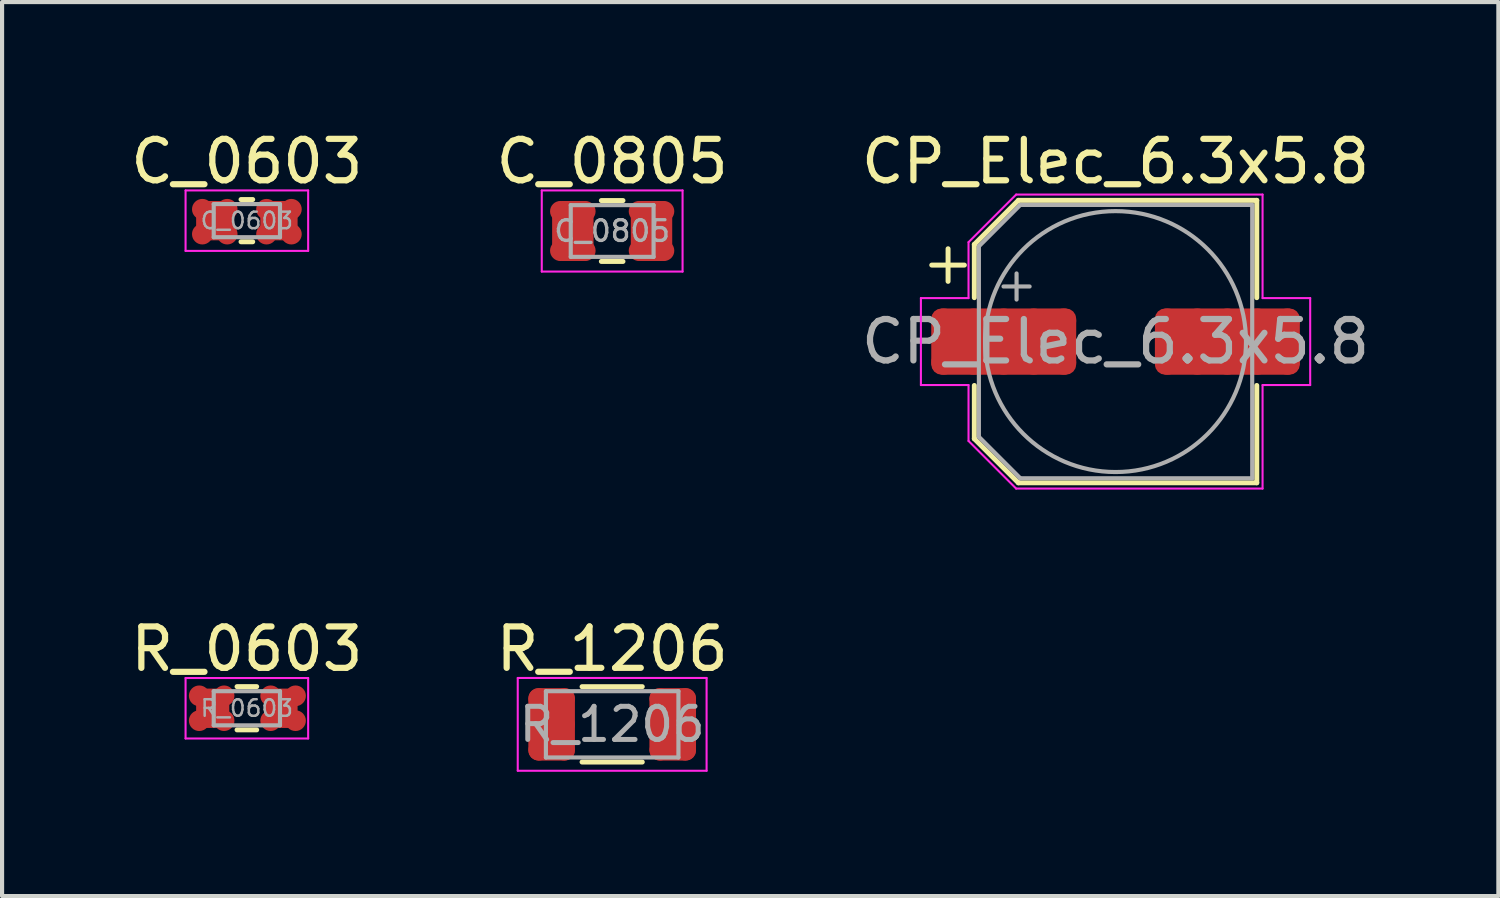
<source format=kicad_pcb>
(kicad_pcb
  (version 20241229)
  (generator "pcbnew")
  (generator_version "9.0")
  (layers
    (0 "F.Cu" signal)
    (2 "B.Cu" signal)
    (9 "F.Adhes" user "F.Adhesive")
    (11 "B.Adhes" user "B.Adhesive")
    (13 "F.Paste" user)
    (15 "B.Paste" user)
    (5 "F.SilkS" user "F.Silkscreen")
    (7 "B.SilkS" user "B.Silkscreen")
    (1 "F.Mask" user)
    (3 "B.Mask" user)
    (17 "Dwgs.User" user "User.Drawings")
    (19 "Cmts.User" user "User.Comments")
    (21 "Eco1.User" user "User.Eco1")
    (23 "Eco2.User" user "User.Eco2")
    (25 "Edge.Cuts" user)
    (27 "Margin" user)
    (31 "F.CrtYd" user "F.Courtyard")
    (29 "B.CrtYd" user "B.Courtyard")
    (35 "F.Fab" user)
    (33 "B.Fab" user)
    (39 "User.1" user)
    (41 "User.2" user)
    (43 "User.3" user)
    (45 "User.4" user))
  (footprint "R_0603"
    (layer "F.Cu")
    (at 2.911 14.052)
    (property "Reference" "R_0603" (at 0 -1.43 0) (layer "F.SilkS") (effects (font (size 1 1) (thickness 0.15))))
    (attr smd)
    (fp_line (start -0.237 -0.522) (end 0.237 -0.522) (stroke (width 0.12) (type solid)) (layer "F.SilkS"))
    (fp_line (start -0.237 0.522) (end 0.237 0.522) (stroke (width 0.12) (type solid)) (layer "F.SilkS"))
    (fp_line (start -1.48 -0.73) (end 1.48 -0.73) (stroke (width 0.05) (type solid)) (layer "F.CrtYd"))
    (fp_line (start -1.48 0.73) (end -1.48 -0.73) (stroke (width 0.05) (type solid)) (layer "F.CrtYd"))
    (fp_line (start 1.48 -0.73) (end 1.48 0.73) (stroke (width 0.05) (type solid)) (layer "F.CrtYd"))
    (fp_line (start 1.48 0.73) (end -1.48 0.73) (stroke (width 0.05) (type solid)) (layer "F.CrtYd"))
    (fp_line (start -0.8 -0.412) (end 0.8 -0.412) (stroke (width 0.1) (type solid)) (layer "F.Fab"))
    (fp_line (start -0.8 0.412) (end -0.8 -0.412) (stroke (width 0.1) (type solid)) (layer "F.Fab"))
    (fp_line (start 0.8 -0.412) (end 0.8 0.412) (stroke (width 0.1) (type solid)) (layer "F.Fab"))
    (fp_line (start 0.8 0.412) (end -0.8 0.412) (stroke (width 0.1) (type solid)) (layer "F.Fab"))
    (fp_text user "${REFERENCE}" (at 0 0 0) (layer "F.Fab") (effects (font (size 0.4 0.4) (thickness 0.06))))
    (pad "1" smd roundrect (at -0.825 0) (size 0.8 0.95) (layers "F.Cu" "F.Mask" "F.Paste") (roundrect_rratio 0.25))
    (pad "2" smd roundrect (at 0.825 0) (size 0.8 0.95) (layers "F.Cu" "F.Mask" "F.Paste") (roundrect_rratio 0.25))
    (pad "N" smd circle (at -1.15 -0.3) (size 0.5 0.5) (layers "F.Cu" "Eco2.User"))
    (pad "N" smd circle (at -1.15 0.3) (size 0.5 0.5) (layers "F.Cu" "Eco2.User"))
    (pad "N" smd circle (at -0.55 -0.3) (size 0.5 0.5) (layers "F.Cu" "Eco2.User"))
    (pad "N" smd circle (at -0.55 0.3) (size 0.5 0.5) (layers "F.Cu" "Eco2.User"))
    (pad "N" smd circle (at 0.575 -0.3) (size 0.5 0.5) (layers "F.Cu" "Eco2.User"))
    (pad "N" smd circle (at 0.575 0.3) (size 0.5 0.5) (layers "F.Cu" "Eco2.User"))
    (pad "N" smd circle (at 1.175 -0.3) (size 0.5 0.5) (layers "F.Cu" "Eco2.User"))
    (pad "N" smd circle (at 1.175 0.3) (size 0.5 0.5) (layers "F.Cu" "Eco2.User")))
  (footprint "CP_Elec_6.3x5.8"
    (layer "F.Cu")
    (at 23.887 5.198)
    (property "Reference" "CP_Elec_6.3x5.8" (at 0 -4.35 0) (layer "F.SilkS") (effects (font (size 1 1) (thickness 0.15))))
    (attr smd)
    (fp_line (start -4.438 -1.847) (end -3.65 -1.847) (stroke (width 0.12) (type solid)) (layer "F.SilkS"))
    (fp_line (start -4.044 -2.241) (end -4.044 -1.454) (stroke (width 0.12) (type solid)) (layer "F.SilkS"))
    (fp_line (start -3.41 -2.346) (end -3.41 -1.06) (stroke (width 0.12) (type solid)) (layer "F.SilkS"))
    (fp_line (start -3.41 -2.346) (end -2.346 -3.41) (stroke (width 0.12) (type solid)) (layer "F.SilkS"))
    (fp_line (start -3.41 2.346) (end -3.41 1.06) (stroke (width 0.12) (type solid)) (layer "F.SilkS"))
    (fp_line (start -3.41 2.346) (end -2.346 3.41) (stroke (width 0.12) (type solid)) (layer "F.SilkS"))
    (fp_line (start -2.346 -3.41) (end 3.41 -3.41) (stroke (width 0.12) (type solid)) (layer "F.SilkS"))
    (fp_line (start -2.346 3.41) (end 3.41 3.41) (stroke (width 0.12) (type solid)) (layer "F.SilkS"))
    (fp_line (start 3.41 -3.41) (end 3.41 -1.06) (stroke (width 0.12) (type solid)) (layer "F.SilkS"))
    (fp_line (start 3.41 3.41) (end 3.41 1.06) (stroke (width 0.12) (type solid)) (layer "F.SilkS"))
    (fp_line (start -4.7 -1.05) (end -4.7 1.05) (stroke (width 0.05) (type solid)) (layer "F.CrtYd"))
    (fp_line (start -4.7 1.05) (end -3.55 1.05) (stroke (width 0.05) (type solid)) (layer "F.CrtYd"))
    (fp_line (start -3.55 -2.4) (end -3.55 -1.05) (stroke (width 0.05) (type solid)) (layer "F.CrtYd"))
    (fp_line (start -3.55 -2.4) (end -2.4 -3.55) (stroke (width 0.05) (type solid)) (layer "F.CrtYd"))
    (fp_line (start -3.55 -1.05) (end -4.7 -1.05) (stroke (width 0.05) (type solid)) (layer "F.CrtYd"))
    (fp_line (start -3.55 1.05) (end -3.55 2.4) (stroke (width 0.05) (type solid)) (layer "F.CrtYd"))
    (fp_line (start -3.55 2.4) (end -2.4 3.55) (stroke (width 0.05) (type solid)) (layer "F.CrtYd"))
    (fp_line (start -2.4 -3.55) (end 3.55 -3.55) (stroke (width 0.05) (type solid)) (layer "F.CrtYd"))
    (fp_line (start -2.4 3.55) (end 3.55 3.55) (stroke (width 0.05) (type solid)) (layer "F.CrtYd"))
    (fp_line (start 3.55 -3.55) (end 3.55 -1.05) (stroke (width 0.05) (type solid)) (layer "F.CrtYd"))
    (fp_line (start 3.55 -1.05) (end 4.7 -1.05) (stroke (width 0.05) (type solid)) (layer "F.CrtYd"))
    (fp_line (start 3.55 1.05) (end 3.55 3.55) (stroke (width 0.05) (type solid)) (layer "F.CrtYd"))
    (fp_line (start 4.7 -1.05) (end 4.7 1.05) (stroke (width 0.05) (type solid)) (layer "F.CrtYd"))
    (fp_line (start 4.7 1.05) (end 3.55 1.05) (stroke (width 0.05) (type solid)) (layer "F.CrtYd"))
    (fp_line (start -3.3 -2.3) (end -3.3 2.3) (stroke (width 0.1) (type solid)) (layer "F.Fab"))
    (fp_line (start -3.3 -2.3) (end -2.3 -3.3) (stroke (width 0.1) (type solid)) (layer "F.Fab"))
    (fp_line (start -3.3 2.3) (end -2.3 3.3) (stroke (width 0.1) (type solid)) (layer "F.Fab"))
    (fp_line (start -2.705 -1.33) (end -2.075 -1.33) (stroke (width 0.1) (type solid)) (layer "F.Fab"))
    (fp_line (start -2.39 -1.645) (end -2.39 -1.015) (stroke (width 0.1) (type solid)) (layer "F.Fab"))
    (fp_line (start -2.3 -3.3) (end 3.3 -3.3) (stroke (width 0.1) (type solid)) (layer "F.Fab"))
    (fp_line (start -2.3 3.3) (end 3.3 3.3) (stroke (width 0.1) (type solid)) (layer "F.Fab"))
    (fp_line (start 3.3 -3.3) (end 3.3 3.3) (stroke (width 0.1) (type solid)) (layer "F.Fab"))
    (fp_circle (center 0 0) (end 3.15 0) (stroke (width 0.1) (type solid)) (fill no) (layer "F.Fab"))
    (fp_text user "${REFERENCE}" (at 0 0 0) (layer "F.Fab") (effects (font (size 1 1) (thickness 0.15))))
    (pad "1" smd roundrect (at -2.7 0) (size 3.5 1.6) (layers "F.Cu" "F.Mask" "F.Paste") (roundrect_rratio 0.156))
    (pad "2" smd roundrect (at 2.7 0) (size 3.5 1.6) (layers "F.Cu" "F.Mask" "F.Paste") (roundrect_rratio 0.156))
    (pad "N" smd circle (at -4.15 -0.5) (size 0.6 0.6) (layers "F.Cu" "Eco2.User"))
    (pad "N" smd circle (at -4.15 0.5) (size 0.6 0.6) (layers "F.Cu" "Eco2.User"))
    (pad "N" smd circle (at -3.775 0) (size 0.6 0.6) (layers "F.Cu" "Eco2.User"))
    (pad "N" smd circle (at -3.425 -0.5) (size 0.6 0.6) (layers "F.Cu" "Eco2.User"))
    (pad "N" smd circle (at -3.425 0.5) (size 0.6 0.6) (layers "F.Cu" "Eco2.User"))
    (pad "N" smd circle (at -3.05 0) (size 0.6 0.6) (layers "F.Cu" "Eco2.User"))
    (pad "N" smd circle (at -2.7 -0.5) (size 0.6 0.6) (layers "F.Cu" "Eco2.User"))
    (pad "N" smd circle (at -2.7 0.5) (size 0.6 0.6) (layers "F.Cu" "Eco2.User"))
    (pad "N" smd circle (at -2.325 0) (size 0.6 0.6) (layers "F.Cu" "Eco2.User"))
    (pad "N" smd circle (at -1.975 -0.5) (size 0.6 0.6) (layers "F.Cu" "Eco2.User"))
    (pad "N" smd circle (at -1.975 0.5) (size 0.6 0.6) (layers "F.Cu" "Eco2.User"))
    (pad "N" smd circle (at -1.6 0) (size 0.6 0.6) (layers "F.Cu" "Eco2.User"))
    (pad "N" smd circle (at -1.25 -0.5) (size 0.6 0.6) (layers "F.Cu" "Eco2.User"))
    (pad "N" smd circle (at -1.25 0.5) (size 0.6 0.6) (layers "F.Cu" "Eco2.User"))
    (pad "N" smd circle (at 1.25 -0.5) (size 0.6 0.6) (layers "F.Cu" "Eco2.User"))
    (pad "N" smd circle (at 1.25 0.5) (size 0.6 0.6) (layers "F.Cu" "Eco2.User"))
    (pad "N" smd circle (at 1.625 0) (size 0.6 0.6) (layers "F.Cu" "Eco2.User"))
    (pad "N" smd circle (at 1.975 -0.5) (size 0.6 0.6) (layers "F.Cu" "Eco2.User"))
    (pad "N" smd circle (at 1.975 0.5) (size 0.6 0.6) (layers "F.Cu" "Eco2.User"))
    (pad "N" smd circle (at 2.35 0) (size 0.6 0.6) (layers "F.Cu" "Eco2.User"))
    (pad "N" smd circle (at 2.7 -0.5) (size 0.6 0.6) (layers "F.Cu" "Eco2.User"))
    (pad "N" smd circle (at 2.7 0.5) (size 0.6 0.6) (layers "F.Cu" "Eco2.User"))
    (pad "N" smd circle (at 3.075 0) (size 0.6 0.6) (layers "F.Cu" "Eco2.User"))
    (pad "N" smd circle (at 3.425 -0.5) (size 0.6 0.6) (layers "F.Cu" "Eco2.User"))
    (pad "N" smd circle (at 3.425 0.5) (size 0.6 0.6) (layers "F.Cu" "Eco2.User"))
    (pad "N" smd circle (at 3.8 0) (size 0.6 0.6) (layers "F.Cu" "Eco2.User"))
    (pad "N" smd circle (at 4.15 -0.5) (size 0.6 0.6) (layers "F.Cu" "Eco2.User"))
    (pad "N" smd circle (at 4.15 0.5) (size 0.6 0.6) (layers "F.Cu" "Eco2.User")))
  (footprint "C_0603"
    (layer "F.Cu")
    (at 2.911 2.278)
    (property "Reference" "C_0603" (at 0 -1.43 0) (layer "F.SilkS") (effects (font (size 1 1) (thickness 0.15))))
    (attr smd)
    (fp_line (start -0.141 -0.51) (end 0.141 -0.51) (stroke (width 0.12) (type solid)) (layer "F.SilkS"))
    (fp_line (start -0.141 0.51) (end 0.141 0.51) (stroke (width 0.12) (type solid)) (layer "F.SilkS"))
    (fp_line (start -1.48 -0.73) (end 1.48 -0.73) (stroke (width 0.05) (type solid)) (layer "F.CrtYd"))
    (fp_line (start -1.48 0.73) (end -1.48 -0.73) (stroke (width 0.05) (type solid)) (layer "F.CrtYd"))
    (fp_line (start 1.48 -0.73) (end 1.48 0.73) (stroke (width 0.05) (type solid)) (layer "F.CrtYd"))
    (fp_line (start 1.48 0.73) (end -1.48 0.73) (stroke (width 0.05) (type solid)) (layer "F.CrtYd"))
    (fp_line (start -0.8 -0.4) (end 0.8 -0.4) (stroke (width 0.1) (type solid)) (layer "F.Fab"))
    (fp_line (start -0.8 0.4) (end -0.8 -0.4) (stroke (width 0.1) (type solid)) (layer "F.Fab"))
    (fp_line (start 0.8 -0.4) (end 0.8 0.4) (stroke (width 0.1) (type solid)) (layer "F.Fab"))
    (fp_line (start 0.8 0.4) (end -0.8 0.4) (stroke (width 0.1) (type solid)) (layer "F.Fab"))
    (fp_text user "${REFERENCE}" (at 0 0 0) (layer "F.Fab") (effects (font (size 0.4 0.4) (thickness 0.06))))
    (pad "1" smd roundrect (at -0.775 0) (size 0.9 0.95) (layers "F.Cu" "F.Mask" "F.Paste") (roundrect_rratio 0.25))
    (pad "2" smd roundrect (at 0.775 0) (size 0.9 0.95) (layers "F.Cu" "F.Mask" "F.Paste") (roundrect_rratio 0.25))
    (pad "N" smd circle (at -1.075 -0.275) (size 0.5 0.5) (layers "F.Cu" "Eco2.User"))
    (pad "N" smd circle (at -1.075 0.325) (size 0.5 0.5) (layers "F.Cu" "Eco2.User"))
    (pad "N" smd circle (at -0.475 -0.275) (size 0.5 0.5) (layers "F.Cu" "Eco2.User"))
    (pad "N" smd circle (at -0.475 0.325) (size 0.5 0.5) (layers "F.Cu" "Eco2.User"))
    (pad "N" smd circle (at 0.475 -0.275) (size 0.5 0.5) (layers "F.Cu" "Eco2.User"))
    (pad "N" smd circle (at 0.475 0.325) (size 0.5 0.5) (layers "F.Cu" "Eco2.User"))
    (pad "N" smd circle (at 1.075 -0.275) (size 0.5 0.5) (layers "F.Cu" "Eco2.User"))
    (pad "N" smd circle (at 1.075 0.325) (size 0.5 0.5) (layers "F.Cu" "Eco2.User")))
  (footprint "R_1206"
    (layer "F.Cu")
    (at 11.732 14.441)
    (property "Reference" "R_1206" (at 0 -1.82 0) (layer "F.SilkS") (effects (font (size 1 1) (thickness 0.15))))
    (attr smd)
    (fp_line (start -0.727 -0.91) (end 0.727 -0.91) (stroke (width 0.12) (type solid)) (layer "F.SilkS"))
    (fp_line (start -0.727 0.91) (end 0.727 0.91) (stroke (width 0.12) (type solid)) (layer "F.SilkS"))
    (fp_line (start -2.28 -1.12) (end 2.28 -1.12) (stroke (width 0.05) (type solid)) (layer "F.CrtYd"))
    (fp_line (start -2.28 1.12) (end -2.28 -1.12) (stroke (width 0.05) (type solid)) (layer "F.CrtYd"))
    (fp_line (start 2.28 -1.12) (end 2.28 1.12) (stroke (width 0.05) (type solid)) (layer "F.CrtYd"))
    (fp_line (start 2.28 1.12) (end -2.28 1.12) (stroke (width 0.05) (type solid)) (layer "F.CrtYd"))
    (fp_line (start -1.6 -0.8) (end 1.6 -0.8) (stroke (width 0.1) (type solid)) (layer "F.Fab"))
    (fp_line (start -1.6 0.8) (end -1.6 -0.8) (stroke (width 0.1) (type solid)) (layer "F.Fab"))
    (fp_line (start 1.6 -0.8) (end 1.6 0.8) (stroke (width 0.1) (type solid)) (layer "F.Fab"))
    (fp_line (start 1.6 0.8) (end -1.6 0.8) (stroke (width 0.1) (type solid)) (layer "F.Fab"))
    (fp_text user "${REFERENCE}" (at 0 0 0) (layer "F.Fab") (effects (font (size 0.8 0.8) (thickness 0.12))))
    (pad "1" smd roundrect (at -1.462 0) (size 1.125 1.75) (layers "F.Cu" "F.Mask" "F.Paste") (roundrect_rratio 0.222))
    (pad "2" smd roundrect (at 1.462 0) (size 1.125 1.75) (layers "F.Cu" "F.Mask" "F.Paste") (roundrect_rratio 0.222))
    (pad "N" smd circle (at -1.775 -0.625) (size 0.5 0.5) (layers "F.Cu" "Eco2.User"))
    (pad "N" smd circle (at -1.775 0) (size 0.5 0.5) (layers "F.Cu" "Eco2.User"))
    (pad "N" smd circle (at -1.775 0.625) (size 0.5 0.5) (layers "F.Cu" "Eco2.User"))
    (pad "N" smd circle (at -1.15 -0.625) (size 0.5 0.5) (layers "F.Cu" "Eco2.User"))
    (pad "N" smd circle (at -1.15 0) (size 0.5 0.5) (layers "F.Cu" "Eco2.User"))
    (pad "N" smd circle (at -1.15 0.625) (size 0.5 0.5) (layers "F.Cu" "Eco2.User"))
    (pad "N" smd circle (at 1.15 -0.625) (size 0.5 0.5) (layers "F.Cu" "Eco2.User"))
    (pad "N" smd circle (at 1.15 0) (size 0.5 0.5) (layers "F.Cu" "Eco2.User"))
    (pad "N" smd circle (at 1.15 0.625) (size 0.5 0.5) (layers "F.Cu" "Eco2.User"))
    (pad "N" smd circle (at 1.775 -0.625) (size 0.5 0.5) (layers "F.Cu" "Eco2.User"))
    (pad "N" smd circle (at 1.775 0) (size 0.5 0.5) (layers "F.Cu" "Eco2.User"))
    (pad "N" smd circle (at 1.775 0.625) (size 0.5 0.5) (layers "F.Cu" "Eco2.User")))
  (footprint "C_0805"
    (layer "F.Cu")
    (at 11.732 2.528)
    (property "Reference" "C_0805" (at 0 -1.68 0) (layer "F.SilkS") (effects (font (size 1 1) (thickness 0.15))))
    (attr smd)
    (fp_line (start -0.261 -0.735) (end 0.261 -0.735) (stroke (width 0.12) (type solid)) (layer "F.SilkS"))
    (fp_line (start -0.261 0.735) (end 0.261 0.735) (stroke (width 0.12) (type solid)) (layer "F.SilkS"))
    (fp_line (start -1.7 -0.98) (end 1.7 -0.98) (stroke (width 0.05) (type solid)) (layer "F.CrtYd"))
    (fp_line (start -1.7 0.98) (end -1.7 -0.98) (stroke (width 0.05) (type solid)) (layer "F.CrtYd"))
    (fp_line (start 1.7 -0.98) (end 1.7 0.98) (stroke (width 0.05) (type solid)) (layer "F.CrtYd"))
    (fp_line (start 1.7 0.98) (end -1.7 0.98) (stroke (width 0.05) (type solid)) (layer "F.CrtYd"))
    (fp_line (start -1 -0.625) (end 1 -0.625) (stroke (width 0.1) (type solid)) (layer "F.Fab"))
    (fp_line (start -1 0.625) (end -1 -0.625) (stroke (width 0.1) (type solid)) (layer "F.Fab"))
    (fp_line (start 1 -0.625) (end 1 0.625) (stroke (width 0.1) (type solid)) (layer "F.Fab"))
    (fp_line (start 1 0.625) (end -1 0.625) (stroke (width 0.1) (type solid)) (layer "F.Fab"))
    (fp_text user "${REFERENCE}" (at 0 0 0) (layer "F.Fab") (effects (font (size 0.5 0.5) (thickness 0.08))))
    (pad "1" smd roundrect (at -0.95 0) (size 1 1.45) (layers "F.Cu" "F.Mask" "F.Paste") (roundrect_rratio 0.25))
    (pad "2" smd roundrect (at 0.95 0) (size 1 1.45) (layers "F.Cu" "F.Mask" "F.Paste") (roundrect_rratio 0.25))
    (pad "N" smd circle (at -1.25 -0.475) (size 0.5 0.5) (layers "F.Cu" "Eco2.User"))
    (pad "N" smd circle (at -1.25 0.475) (size 0.5 0.5) (layers "F.Cu" "Eco2.User"))
    (pad "N" smd circle (at -0.95 0) (size 0.5 0.5) (layers "F.Cu" "Eco2.User"))
    (pad "N" smd circle (at -0.65 -0.475) (size 0.5 0.5) (layers "F.Cu" "Eco2.User"))
    (pad "N" smd circle (at -0.65 0.475) (size 0.5 0.5) (layers "F.Cu" "Eco2.User"))
    (pad "N" smd circle (at 0.65 -0.475) (size 0.5 0.5) (layers "F.Cu" "Eco2.User"))
    (pad "N" smd circle (at 0.65 0.475) (size 0.5 0.5) (layers "F.Cu" "Eco2.User"))
    (pad "N" smd circle (at 0.95 0) (size 0.5 0.5) (layers "F.Cu" "Eco2.User"))
    (pad "N" smd circle (at 1.25 -0.475) (size 0.5 0.5) (layers "F.Cu" "Eco2.User"))
    (pad "N" smd circle (at 1.25 0.475) (size 0.5 0.5) (layers "F.Cu" "Eco2.User")))
  (gr_rect
    (start -3 -3)
    (end 33.131 18.587)
    (stroke (width 0.1) (type default))
    (fill no)
    (layer "Edge.Cuts")))
</source>
